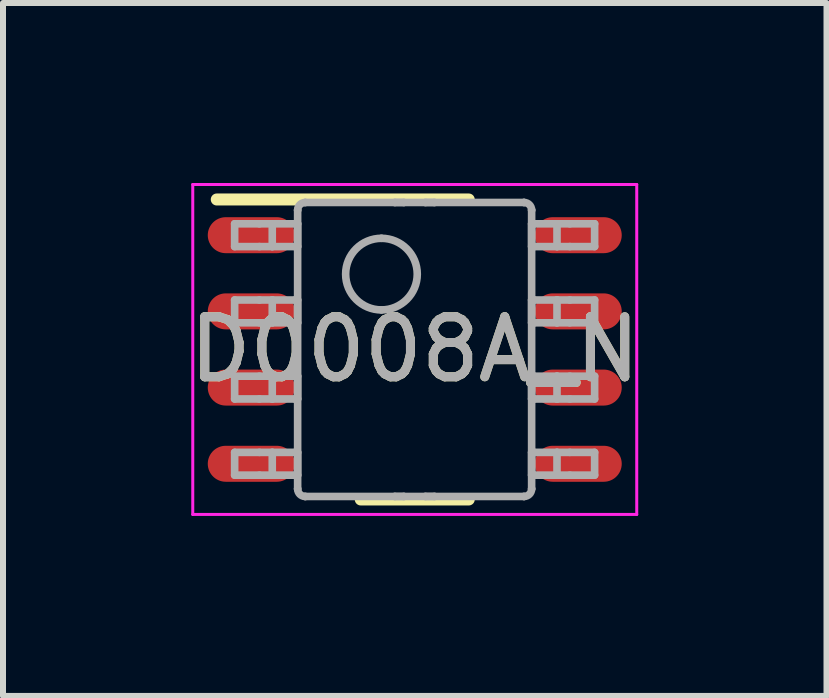
<source format=kicad_pcb>
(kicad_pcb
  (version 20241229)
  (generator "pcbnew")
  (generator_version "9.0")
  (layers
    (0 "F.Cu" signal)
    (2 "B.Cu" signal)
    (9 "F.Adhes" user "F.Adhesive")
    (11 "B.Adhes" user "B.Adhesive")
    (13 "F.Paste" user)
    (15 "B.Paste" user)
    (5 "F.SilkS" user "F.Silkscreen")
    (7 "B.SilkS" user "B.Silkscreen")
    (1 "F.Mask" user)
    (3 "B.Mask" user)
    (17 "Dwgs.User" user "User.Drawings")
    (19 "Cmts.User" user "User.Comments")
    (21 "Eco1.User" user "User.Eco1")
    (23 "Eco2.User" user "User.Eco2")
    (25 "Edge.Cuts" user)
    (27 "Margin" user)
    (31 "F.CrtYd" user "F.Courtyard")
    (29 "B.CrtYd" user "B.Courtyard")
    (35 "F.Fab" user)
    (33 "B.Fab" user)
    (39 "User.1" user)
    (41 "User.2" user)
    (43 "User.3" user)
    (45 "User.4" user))
  (footprint "D0008A_N"
    (layer "F.Cu")
    (at 3.863 2.775)
    (property "Reference" "D0008A_N" (at 0 0 0) (unlocked yes) (layer "F.SilkS") (effects (font (size 1 1) (thickness 0.15))))
    (attr smd)
    (fp_line (start -3.3 -2.5) (end 0.9 -2.5) (stroke (width 0.2) (type solid)) (layer "F.SilkS"))
    (fp_line (start -0.9 2.5) (end 0.9 2.5) (stroke (width 0.2) (type solid)) (layer "F.SilkS"))
    (fp_line (start -3.7 -2.75) (end 3.7 -2.75) (stroke (width 0.05) (type solid)) (layer "F.CrtYd"))
    (fp_line (start -3.7 2.75) (end -3.7 -2.75) (stroke (width 0.05) (type solid)) (layer "F.CrtYd"))
    (fp_line (start -3.7 2.75) (end 3.7 2.75) (stroke (width 0.05) (type solid)) (layer "F.CrtYd"))
    (fp_line (start 3.7 2.75) (end 3.7 -2.75) (stroke (width 0.05) (type solid)) (layer "F.CrtYd"))
    (fp_line (start -3.002 -2.095) (end -2.589 -2.095) (stroke (width 0.127) (type solid)) (layer "F.Fab"))
    (fp_line (start -3.002 -1.715) (end -3.002 -2.095) (stroke (width 0.127) (type solid)) (layer "F.Fab"))
    (fp_line (start -3.002 -1.715) (end -2.589 -1.715) (stroke (width 0.127) (type solid)) (layer "F.Fab"))
    (fp_line (start -3.002 -0.825) (end -2.589 -0.825) (stroke (width 0.127) (type solid)) (layer "F.Fab"))
    (fp_line (start -3.002 -0.445) (end -3.002 -0.825) (stroke (width 0.127) (type solid)) (layer "F.Fab"))
    (fp_line (start -3.002 -0.445) (end -2.589 -0.445) (stroke (width 0.127) (type solid)) (layer "F.Fab"))
    (fp_line (start -3.002 0.445) (end -2.589 0.445) (stroke (width 0.127) (type solid)) (layer "F.Fab"))
    (fp_line (start -3.002 0.825) (end -3.002 0.445) (stroke (width 0.127) (type solid)) (layer "F.Fab"))
    (fp_line (start -3.002 0.825) (end -2.589 0.825) (stroke (width 0.127) (type solid)) (layer "F.Fab"))
    (fp_line (start -3.002 1.715) (end -2.589 1.715) (stroke (width 0.127) (type solid)) (layer "F.Fab"))
    (fp_line (start -3.002 2.095) (end -3.002 1.715) (stroke (width 0.127) (type solid)) (layer "F.Fab"))
    (fp_line (start -3.002 2.095) (end -2.589 2.095) (stroke (width 0.127) (type solid)) (layer "F.Fab"))
    (fp_line (start -2.589 -2.095) (end -2.375 -2.095) (stroke (width 0.127) (type solid)) (layer "F.Fab"))
    (fp_line (start -2.589 -1.715) (end -2.375 -1.715) (stroke (width 0.127) (type solid)) (layer "F.Fab"))
    (fp_line (start -2.589 -0.825) (end -2.375 -0.825) (stroke (width 0.127) (type solid)) (layer "F.Fab"))
    (fp_line (start -2.589 -0.445) (end -2.375 -0.445) (stroke (width 0.127) (type solid)) (layer "F.Fab"))
    (fp_line (start -2.589 0.445) (end -2.375 0.445) (stroke (width 0.127) (type solid)) (layer "F.Fab"))
    (fp_line (start -2.589 0.825) (end -2.375 0.825) (stroke (width 0.127) (type solid)) (layer "F.Fab"))
    (fp_line (start -2.589 1.715) (end -2.375 1.715) (stroke (width 0.127) (type solid)) (layer "F.Fab"))
    (fp_line (start -2.589 2.095) (end -2.375 2.095) (stroke (width 0.127) (type solid)) (layer "F.Fab"))
    (fp_line (start -2.375 -2.095) (end -1.995 -2.095) (stroke (width 0.127) (type solid)) (layer "F.Fab"))
    (fp_line (start -2.375 -1.715) (end -2.375 -2.095) (stroke (width 0.127) (type solid)) (layer "F.Fab"))
    (fp_line (start -2.375 -1.715) (end -1.995 -1.715) (stroke (width 0.127) (type solid)) (layer "F.Fab"))
    (fp_line (start -2.375 -0.825) (end -1.995 -0.825) (stroke (width 0.127) (type solid)) (layer "F.Fab"))
    (fp_line (start -2.375 -0.445) (end -2.375 -0.825) (stroke (width 0.127) (type solid)) (layer "F.Fab"))
    (fp_line (start -2.375 -0.445) (end -1.995 -0.445) (stroke (width 0.127) (type solid)) (layer "F.Fab"))
    (fp_line (start -2.375 0.445) (end -1.995 0.445) (stroke (width 0.127) (type solid)) (layer "F.Fab"))
    (fp_line (start -2.375 0.825) (end -2.375 0.445) (stroke (width 0.127) (type solid)) (layer "F.Fab"))
    (fp_line (start -2.375 0.825) (end -1.995 0.825) (stroke (width 0.127) (type solid)) (layer "F.Fab"))
    (fp_line (start -2.375 1.715) (end -1.995 1.715) (stroke (width 0.127) (type solid)) (layer "F.Fab"))
    (fp_line (start -2.375 2.095) (end -2.375 1.715) (stroke (width 0.127) (type solid)) (layer "F.Fab"))
    (fp_line (start -2.375 2.095) (end -1.995 2.095) (stroke (width 0.127) (type solid)) (layer "F.Fab"))
    (fp_line (start -1.995 -2.095) (end -1.952 -2.095) (stroke (width 0.127) (type solid)) (layer "F.Fab"))
    (fp_line (start -1.995 -1.715) (end -1.952 -1.715) (stroke (width 0.127) (type solid)) (layer "F.Fab"))
    (fp_line (start -1.995 -0.825) (end -1.952 -0.825) (stroke (width 0.127) (type solid)) (layer "F.Fab"))
    (fp_line (start -1.995 -0.445) (end -1.952 -0.445) (stroke (width 0.127) (type solid)) (layer "F.Fab"))
    (fp_line (start -1.995 0.445) (end -1.952 0.445) (stroke (width 0.127) (type solid)) (layer "F.Fab"))
    (fp_line (start -1.995 0.825) (end -1.952 0.825) (stroke (width 0.127) (type solid)) (layer "F.Fab"))
    (fp_line (start -1.995 1.715) (end -1.952 1.715) (stroke (width 0.127) (type solid)) (layer "F.Fab"))
    (fp_line (start -1.995 2.095) (end -1.952 2.095) (stroke (width 0.127) (type solid)) (layer "F.Fab"))
    (fp_line (start -1.952 -2.323) (end -1.952 -2.324) (stroke (width 0.127) (type solid)) (layer "F.Fab"))
    (fp_line (start -1.952 -1.715) (end -1.952 -2.095) (stroke (width 0.127) (type solid)) (layer "F.Fab"))
    (fp_line (start -1.952 -0.445) (end -1.952 -0.825) (stroke (width 0.127) (type solid)) (layer "F.Fab"))
    (fp_line (start -1.952 0.825) (end -1.952 0.445) (stroke (width 0.127) (type solid)) (layer "F.Fab"))
    (fp_line (start -1.952 2.095) (end -1.952 1.715) (stroke (width 0.127) (type solid)) (layer "F.Fab"))
    (fp_line (start -1.952 2.323) (end -1.952 -2.323) (stroke (width 0.127) (type solid)) (layer "F.Fab"))
    (fp_line (start -1.952 2.324) (end -1.952 2.323) (stroke (width 0.127) (type solid)) (layer "F.Fab"))
    (fp_line (start -1.826 -2.45) (end -1.825 -2.45) (stroke (width 0.127) (type solid)) (layer "F.Fab"))
    (fp_line (start -1.826 2.45) (end -1.825 2.45) (stroke (width 0.127) (type solid)) (layer "F.Fab"))
    (fp_line (start -1.825 -2.45) (end -0.332 -2.45) (stroke (width 0.127) (type solid)) (layer "F.Fab"))
    (fp_line (start -1.825 2.45) (end -0.332 2.45) (stroke (width 0.127) (type solid)) (layer "F.Fab"))
    (fp_line (start -0.332 -2.45) (end -0.182 -2.45) (stroke (width 0.127) (type solid)) (layer "F.Fab"))
    (fp_line (start -0.332 -2.45) (end -0.182 -2.45) (stroke (width 0.127) (type solid)) (layer "F.Fab"))
    (fp_line (start -0.332 2.45) (end -0.182 2.45) (stroke (width 0.127) (type solid)) (layer "F.Fab"))
    (fp_line (start -0.332 2.45) (end -0.182 2.45) (stroke (width 0.127) (type solid)) (layer "F.Fab"))
    (fp_line (start -0.182 -2.45) (end 0.178 -2.45) (stroke (width 0.127) (type solid)) (layer "F.Fab"))
    (fp_line (start -0.182 2.45) (end 0.178 2.45) (stroke (width 0.127) (type solid)) (layer "F.Fab"))
    (fp_line (start 0.178 -2.45) (end 0.328 -2.45) (stroke (width 0.127) (type solid)) (layer "F.Fab"))
    (fp_line (start 0.178 -2.45) (end 0.328 -2.45) (stroke (width 0.127) (type solid)) (layer "F.Fab"))
    (fp_line (start 0.178 2.45) (end 0.328 2.45) (stroke (width 0.127) (type solid)) (layer "F.Fab"))
    (fp_line (start 0.178 2.45) (end 0.328 2.45) (stroke (width 0.127) (type solid)) (layer "F.Fab"))
    (fp_line (start 0.328 -2.45) (end 1.821 -2.45) (stroke (width 0.127) (type solid)) (layer "F.Fab"))
    (fp_line (start 0.328 2.45) (end 1.821 2.45) (stroke (width 0.127) (type solid)) (layer "F.Fab"))
    (fp_line (start 1.821 -2.45) (end 1.822 -2.45) (stroke (width 0.127) (type solid)) (layer "F.Fab"))
    (fp_line (start 1.821 2.45) (end 1.822 2.45) (stroke (width 0.127) (type solid)) (layer "F.Fab"))
    (fp_line (start 1.948 -2.323) (end 1.948 -2.324) (stroke (width 0.127) (type solid)) (layer "F.Fab"))
    (fp_line (start 1.948 -2.095) (end 1.991 -2.095) (stroke (width 0.127) (type solid)) (layer "F.Fab"))
    (fp_line (start 1.948 -1.715) (end 1.948 -2.095) (stroke (width 0.127) (type solid)) (layer "F.Fab"))
    (fp_line (start 1.948 -1.715) (end 1.991 -1.715) (stroke (width 0.127) (type solid)) (layer "F.Fab"))
    (fp_line (start 1.948 -0.825) (end 1.991 -0.825) (stroke (width 0.127) (type solid)) (layer "F.Fab"))
    (fp_line (start 1.948 -0.445) (end 1.948 -0.825) (stroke (width 0.127) (type solid)) (layer "F.Fab"))
    (fp_line (start 1.948 -0.445) (end 1.991 -0.445) (stroke (width 0.127) (type solid)) (layer "F.Fab"))
    (fp_line (start 1.948 0.445) (end 1.991 0.445) (stroke (width 0.127) (type solid)) (layer "F.Fab"))
    (fp_line (start 1.948 0.825) (end 1.948 0.445) (stroke (width 0.127) (type solid)) (layer "F.Fab"))
    (fp_line (start 1.948 0.825) (end 1.991 0.825) (stroke (width 0.127) (type solid)) (layer "F.Fab"))
    (fp_line (start 1.948 1.715) (end 1.991 1.715) (stroke (width 0.127) (type solid)) (layer "F.Fab"))
    (fp_line (start 1.948 2.095) (end 1.948 1.715) (stroke (width 0.127) (type solid)) (layer "F.Fab"))
    (fp_line (start 1.948 2.095) (end 1.991 2.095) (stroke (width 0.127) (type solid)) (layer "F.Fab"))
    (fp_line (start 1.948 2.323) (end 1.948 -2.323) (stroke (width 0.127) (type solid)) (layer "F.Fab"))
    (fp_line (start 1.948 2.324) (end 1.948 2.323) (stroke (width 0.127) (type solid)) (layer "F.Fab"))
    (fp_line (start 1.991 -2.095) (end 2.371 -2.095) (stroke (width 0.127) (type solid)) (layer "F.Fab"))
    (fp_line (start 1.991 -1.715) (end 2.371 -1.715) (stroke (width 0.127) (type solid)) (layer "F.Fab"))
    (fp_line (start 1.991 -0.825) (end 2.371 -0.825) (stroke (width 0.127) (type solid)) (layer "F.Fab"))
    (fp_line (start 1.991 -0.445) (end 2.371 -0.445) (stroke (width 0.127) (type solid)) (layer "F.Fab"))
    (fp_line (start 1.991 0.445) (end 2.371 0.445) (stroke (width 0.127) (type solid)) (layer "F.Fab"))
    (fp_line (start 1.991 0.825) (end 2.371 0.825) (stroke (width 0.127) (type solid)) (layer "F.Fab"))
    (fp_line (start 1.991 1.715) (end 2.371 1.715) (stroke (width 0.127) (type solid)) (layer "F.Fab"))
    (fp_line (start 1.991 2.095) (end 2.371 2.095) (stroke (width 0.127) (type solid)) (layer "F.Fab"))
    (fp_line (start 2.371 -2.095) (end 2.585 -2.095) (stroke (width 0.127) (type solid)) (layer "F.Fab"))
    (fp_line (start 2.371 -1.715) (end 2.371 -2.095) (stroke (width 0.127) (type solid)) (layer "F.Fab"))
    (fp_line (start 2.371 -1.715) (end 2.585 -1.715) (stroke (width 0.127) (type solid)) (layer "F.Fab"))
    (fp_line (start 2.371 -0.825) (end 2.585 -0.825) (stroke (width 0.127) (type solid)) (layer "F.Fab"))
    (fp_line (start 2.371 -0.445) (end 2.371 -0.825) (stroke (width 0.127) (type solid)) (layer "F.Fab"))
    (fp_line (start 2.371 -0.445) (end 2.585 -0.445) (stroke (width 0.127) (type solid)) (layer "F.Fab"))
    (fp_line (start 2.371 0.445) (end 2.585 0.445) (stroke (width 0.127) (type solid)) (layer "F.Fab"))
    (fp_line (start 2.371 0.825) (end 2.371 0.445) (stroke (width 0.127) (type solid)) (layer "F.Fab"))
    (fp_line (start 2.371 0.825) (end 2.585 0.825) (stroke (width 0.127) (type solid)) (layer "F.Fab"))
    (fp_line (start 2.371 1.715) (end 2.585 1.715) (stroke (width 0.127) (type solid)) (layer "F.Fab"))
    (fp_line (start 2.371 2.095) (end 2.371 1.715) (stroke (width 0.127) (type solid)) (layer "F.Fab"))
    (fp_line (start 2.371 2.095) (end 2.585 2.095) (stroke (width 0.127) (type solid)) (layer "F.Fab"))
    (fp_line (start 2.585 -2.095) (end 2.998 -2.095) (stroke (width 0.127) (type solid)) (layer "F.Fab"))
    (fp_line (start 2.585 -1.715) (end 2.998 -1.715) (stroke (width 0.127) (type solid)) (layer "F.Fab"))
    (fp_line (start 2.585 -0.825) (end 2.998 -0.825) (stroke (width 0.127) (type solid)) (layer "F.Fab"))
    (fp_line (start 2.585 -0.445) (end 2.998 -0.445) (stroke (width 0.127) (type solid)) (layer "F.Fab"))
    (fp_line (start 2.585 0.445) (end 2.998 0.445) (stroke (width 0.127) (type solid)) (layer "F.Fab"))
    (fp_line (start 2.585 0.825) (end 2.998 0.825) (stroke (width 0.127) (type solid)) (layer "F.Fab"))
    (fp_line (start 2.585 1.715) (end 2.998 1.715) (stroke (width 0.127) (type solid)) (layer "F.Fab"))
    (fp_line (start 2.585 2.095) (end 2.998 2.095) (stroke (width 0.127) (type solid)) (layer "F.Fab"))
    (fp_line (start 2.998 -1.715) (end 2.998 -2.095) (stroke (width 0.127) (type solid)) (layer "F.Fab"))
    (fp_line (start 2.998 -0.445) (end 2.998 -0.825) (stroke (width 0.127) (type solid)) (layer "F.Fab"))
    (fp_line (start 2.998 0.825) (end 2.998 0.445) (stroke (width 0.127) (type solid)) (layer "F.Fab"))
    (fp_line (start 2.998 2.095) (end 2.998 1.715) (stroke (width 0.127) (type solid)) (layer "F.Fab"))
    (fp_arc (start -1.952002 -2.323941) (mid -1.914806 -2.412806) (end -1.825941 -2.450002) (stroke (width 0.127) (type solid)) (layer "F.Fab"))
    (fp_arc (start -1.825941 2.449992) (mid -1.914806 2.412795) (end -1.952002 2.323931) (stroke (width 0.127) (type solid)) (layer "F.Fab"))
    (fp_arc (start -0.555 -1.8531) (mid 0.0419 -1.2562) (end -0.555 -0.6593) (stroke (width 0.127) (type solid)) (layer "F.Fab"))
    (fp_arc (start -0.555 -0.6593) (mid -1.1519 -1.2562) (end -0.555 -1.8531) (stroke (width 0.127) (type solid)) (layer "F.Fab"))
    (fp_arc (start 1.821933 -2.450002) (mid 1.910797 -2.412806) (end 1.947994 -2.323941) (stroke (width 0.127) (type solid)) (layer "F.Fab"))
    (fp_arc (start 1.947994 2.323931) (mid 1.910797 2.412795) (end 1.821933 2.449992) (stroke (width 0.127) (type solid)) (layer "F.Fab"))
    (fp_text user "${REFERENCE}" (at 0 0 0) (unlocked yes) (layer "F.Fab") (effects (font (size 1 1) (thickness 0.15))))
    (pad "1" smd oval (at -2.725 -1.905 90) (size 0.6 1.45) (layers "F.Cu" "F.Mask" "F.Paste"))
    (pad "2" smd oval (at -2.725 -0.635 90) (size 0.6 1.45) (layers "F.Cu" "F.Mask" "F.Paste"))
    (pad "3" smd oval (at -2.725 0.635 90) (size 0.6 1.45) (layers "F.Cu" "F.Mask" "F.Paste"))
    (pad "4" smd oval (at -2.725 1.905 90) (size 0.6 1.45) (layers "F.Cu" "F.Mask" "F.Paste"))
    (pad "5" smd oval (at 2.725 1.905 90) (size 0.6 1.45) (layers "F.Cu" "F.Mask" "F.Paste"))
    (pad "6" smd oval (at 2.725 0.635 90) (size 0.6 1.45) (layers "F.Cu" "F.Mask" "F.Paste"))
    (pad "7" smd oval (at 2.725 -0.635 90) (size 0.6 1.45) (layers "F.Cu" "F.Mask" "F.Paste"))
    (pad "8" smd oval (at 2.725 -1.905 90) (size 0.6 1.45) (layers "F.Cu" "F.Mask" "F.Paste")))
  (gr_rect
    (start -3 -3)
    (end 10.726 8.55)
    (stroke (width 0.1) (type default))
    (fill no)
    (layer "Edge.Cuts")))
</source>
